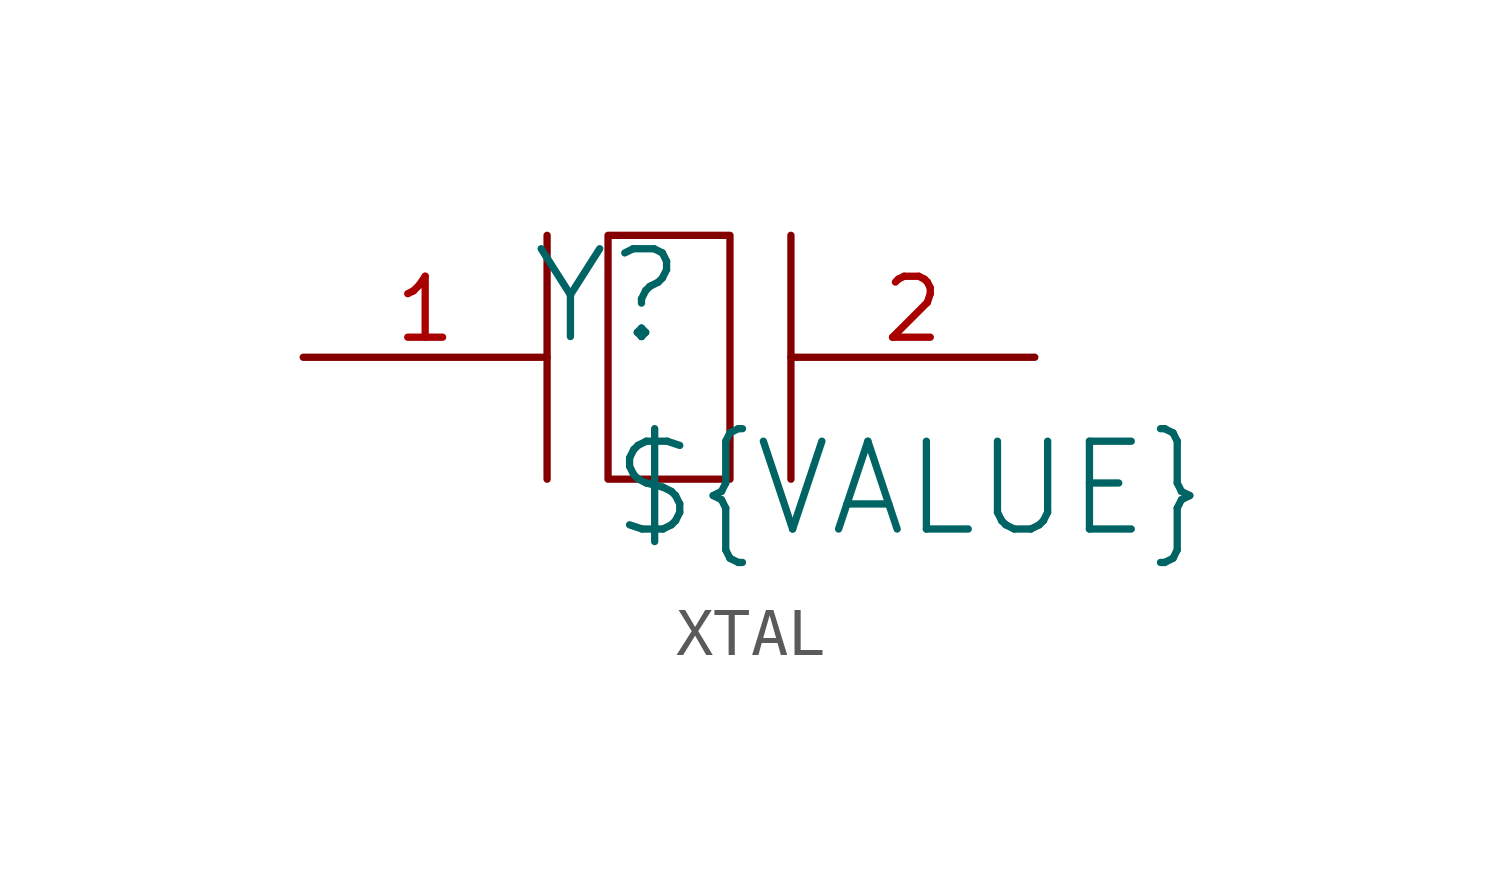
<source format=kicad_sym>
(kicad_symbol_lib
  (version 20241209)
  (generator "kicad_symbol_editor")
  (generator_version "9.0")
  (symbol "XTAL"
    (pin_names
      (hide yes))
    (property "Reference" "Y"
      (at -1.27 1.27 0)
      (effects (font (size 1.829 1.829))))
    (property "Value" "${VALUE}"
      (at -1.27 -3.81 0)
      (effects (font (size 1.829 1.829)) (justify left bottom)))
    (symbol "XTAL_1_0"
      (polyline (pts (xy -2.54 2.54) (xy -2.54 -2.54)) (stroke (width 0) (type solid)) (fill (type none)))
      (polyline (pts (xy -1.27 -2.54) (xy -1.27 2.54) (xy 1.27 2.54) (xy 1.27 -2.54) (xy -1.27 -2.54)) (stroke (width 0) (type solid)) (fill (type none)))
      (polyline (pts (xy 2.54 2.54) (xy 2.54 -2.54)) (stroke (width 0) (type solid)) (fill (type none)))
      (pin passive line (at -7.62 0 0) (length 5.08) (name "1" (effects (font (size 1.27 1.27)))) (number "1" (effects (font (size 1.27 1.27)))))
      (pin passive line (at 7.62 0 180) (length 5.08) (name "2" (effects (font (size 1.27 1.27)))) (number "2" (effects (font (size 1.27 1.27))))))))
</source>
